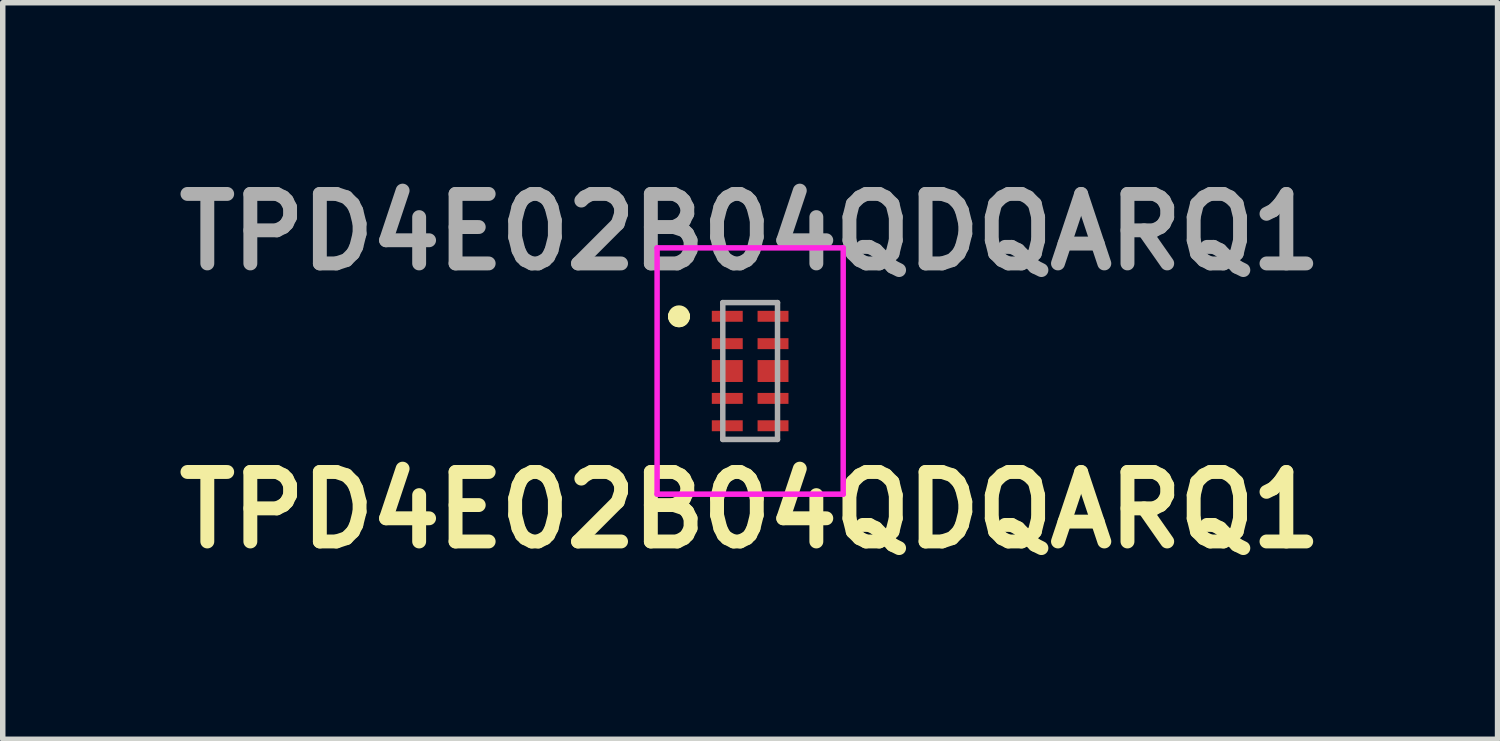
<source format=kicad_pcb>
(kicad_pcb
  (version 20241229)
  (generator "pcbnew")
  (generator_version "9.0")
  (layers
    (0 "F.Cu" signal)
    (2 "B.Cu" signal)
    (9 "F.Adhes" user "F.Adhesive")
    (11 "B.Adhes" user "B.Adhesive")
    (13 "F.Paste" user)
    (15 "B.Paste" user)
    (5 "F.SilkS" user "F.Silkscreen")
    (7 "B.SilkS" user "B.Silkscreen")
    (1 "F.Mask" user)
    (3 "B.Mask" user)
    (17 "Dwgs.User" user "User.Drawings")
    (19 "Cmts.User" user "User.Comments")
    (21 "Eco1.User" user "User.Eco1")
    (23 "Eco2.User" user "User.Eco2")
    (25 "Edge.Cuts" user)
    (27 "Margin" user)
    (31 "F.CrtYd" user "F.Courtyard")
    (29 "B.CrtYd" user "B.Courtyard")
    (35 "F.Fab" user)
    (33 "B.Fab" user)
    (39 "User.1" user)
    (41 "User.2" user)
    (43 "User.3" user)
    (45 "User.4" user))
  (footprint "TPD4E02B04QDQARQ1"
    (layer "F.Cu")
    (at 10.656 3.729)
    (property "Reference" "TPD4E02B04QDQARQ1" (at 0 2.54 0) (layer "F.SilkS") (effects (font (size 1.27 1.27) (thickness 0.254))))
    (attr smd)
    (fp_line (start -1.4 -1) (end -1.4 -1) (stroke (width 0.2) (type solid)) (layer "F.SilkS"))
    (fp_line (start -1.4 -1) (end -1.4 -1) (stroke (width 0.2) (type solid)) (layer "F.SilkS"))
    (fp_line (start -1.2 -1) (end -1.2 -1) (stroke (width 0.2) (type solid)) (layer "F.SilkS"))
    (fp_arc (start -1.4 -1) (mid -1.3 -1.1) (end -1.2 -1) (stroke (width 0.2) (type solid)) (layer "F.SilkS"))
    (fp_arc (start -1.2 -1) (mid -1.3 -0.9) (end -1.4 -1) (stroke (width 0.2) (type solid)) (layer "F.SilkS"))
    (fp_arc (start -1.2 -1) (mid -1.3 -0.9) (end -1.4 -1) (stroke (width 0.2) (type solid)) (layer "F.SilkS"))
    (fp_line (start -1.7 -2.25) (end 1.7 -2.25) (stroke (width 0.1) (type solid)) (layer "F.CrtYd"))
    (fp_line (start -1.7 2.25) (end -1.7 -2.25) (stroke (width 0.1) (type solid)) (layer "F.CrtYd"))
    (fp_line (start 1.7 -2.25) (end 1.7 2.25) (stroke (width 0.1) (type solid)) (layer "F.CrtYd"))
    (fp_line (start 1.7 2.25) (end -1.7 2.25) (stroke (width 0.1) (type solid)) (layer "F.CrtYd"))
    (fp_line (start -0.5 -1.25) (end -0.5 1.25) (stroke (width 0.1) (type solid)) (layer "F.Fab"))
    (fp_line (start -0.5 1.25) (end 0.5 1.25) (stroke (width 0.1) (type solid)) (layer "F.Fab"))
    (fp_line (start 0.5 -1.25) (end -0.5 -1.25) (stroke (width 0.1) (type solid)) (layer "F.Fab"))
    (fp_line (start 0.5 1.25) (end 0.5 -1.25) (stroke (width 0.1) (type solid)) (layer "F.Fab"))
    (fp_text user "${REFERENCE}" (at 0 -2.54 0) (layer "F.Fab") (effects (font (size 1.27 1.27) (thickness 0.254))))
    (pad "1" smd rect (at -0.418 -1 90) (size 0.2 0.565) (layers "F.Cu" "F.Mask" "F.Paste"))
    (pad "2" smd rect (at -0.418 -0.5 90) (size 0.2 0.565) (layers "F.Cu" "F.Mask" "F.Paste"))
    (pad "3" smd rect (at -0.418 0 90) (size 0.4 0.565) (layers "F.Cu" "F.Mask" "F.Paste"))
    (pad "4" smd rect (at -0.418 0.5 90) (size 0.2 0.565) (layers "F.Cu" "F.Mask" "F.Paste"))
    (pad "5" smd rect (at -0.418 1 90) (size 0.2 0.565) (layers "F.Cu" "F.Mask" "F.Paste"))
    (pad "6" smd rect (at 0.418 1 90) (size 0.2 0.565) (layers "F.Cu" "F.Mask" "F.Paste"))
    (pad "7" smd rect (at 0.418 0.5 90) (size 0.2 0.565) (layers "F.Cu" "F.Mask" "F.Paste"))
    (pad "8" smd rect (at 0.418 0 90) (size 0.4 0.565) (layers "F.Cu" "F.Mask" "F.Paste"))
    (pad "9" smd rect (at 0.418 -0.5 90) (size 0.2 0.565) (layers "F.Cu" "F.Mask" "F.Paste"))
    (pad "10" smd rect (at 0.418 -1 90) (size 0.2 0.565) (layers "F.Cu" "F.Mask" "F.Paste")))
  (gr_rect
    (start -3 -3)
    (end 24.312 10.457)
    (stroke (width 0.1) (type default))
    (fill no)
    (layer "Edge.Cuts")))
</source>
